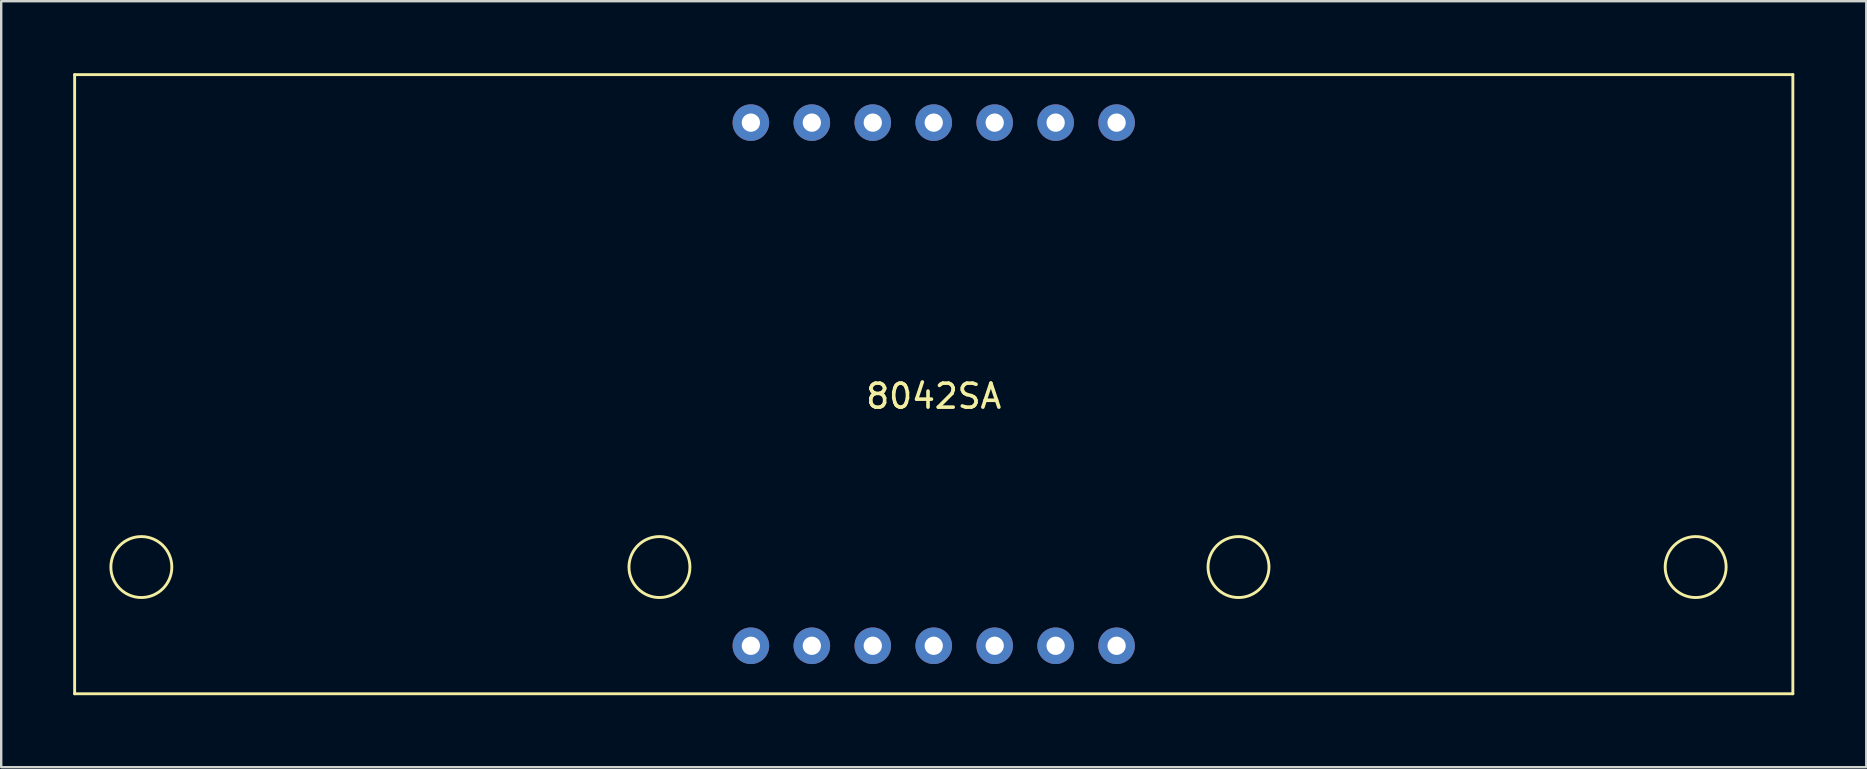
<source format=kicad_pcb>
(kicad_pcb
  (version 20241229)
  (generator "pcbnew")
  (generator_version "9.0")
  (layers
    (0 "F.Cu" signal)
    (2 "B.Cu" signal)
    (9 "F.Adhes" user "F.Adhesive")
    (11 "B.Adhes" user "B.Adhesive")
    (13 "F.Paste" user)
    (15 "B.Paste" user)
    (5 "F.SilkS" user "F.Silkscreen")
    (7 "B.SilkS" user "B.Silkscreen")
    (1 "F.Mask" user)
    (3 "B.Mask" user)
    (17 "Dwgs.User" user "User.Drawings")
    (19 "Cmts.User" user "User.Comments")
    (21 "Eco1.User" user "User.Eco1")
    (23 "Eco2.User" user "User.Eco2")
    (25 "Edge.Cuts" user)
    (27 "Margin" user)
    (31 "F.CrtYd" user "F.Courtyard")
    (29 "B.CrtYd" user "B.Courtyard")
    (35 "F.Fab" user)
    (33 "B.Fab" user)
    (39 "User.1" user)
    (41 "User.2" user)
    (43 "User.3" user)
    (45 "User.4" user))
  (footprint "8042SA"
    (layer "F.Cu")
    (at 35.86 12.96)
    (property "Reference" "8042SA" (at 0 0.5 0) (layer "F.SilkS") (effects (font (size 1 1) (thickness 0.15))))
    (attr through_hole)
    (fp_line (start -35.8 -12.9) (end -35.8 12.9) (stroke (width 0.12) (type solid)) (layer "F.SilkS"))
    (fp_line (start -35.8 12.9) (end 35.8 12.9) (stroke (width 0.12) (type solid)) (layer "F.SilkS"))
    (fp_line (start 35.8 -12.9) (end -35.8 -12.9) (stroke (width 0.12) (type solid)) (layer "F.SilkS"))
    (fp_line (start 35.8 12.9) (end 35.8 -12.9) (stroke (width 0.12) (type solid)) (layer "F.SilkS"))
    (fp_circle (center -33.02 7.62) (end -31.75 7.62) (stroke (width 0.12) (type solid)) (fill no) (layer "F.SilkS"))
    (fp_circle (center -11.43 7.62) (end -10.16 7.62) (stroke (width 0.12) (type solid)) (fill no) (layer "F.SilkS"))
    (fp_circle (center 12.7 7.62) (end 13.97 7.62) (stroke (width 0.12) (type solid)) (fill no) (layer "F.SilkS"))
    (fp_circle (center 31.75 7.62) (end 33.02 7.62) (stroke (width 0.12) (type solid)) (fill no) (layer "F.SilkS"))
    (pad "1" thru_hole circle (at -7.62 10.9) (size 1.524 1.524) (drill 0.762) (layers "*.Cu" "*.Mask"))
    (pad "2" thru_hole circle (at -5.08 10.9) (size 1.524 1.524) (drill 0.762) (layers "*.Cu" "*.Mask"))
    (pad "3" thru_hole circle (at -2.54 10.9) (size 1.524 1.524) (drill 0.762) (layers "*.Cu" "*.Mask"))
    (pad "4" thru_hole circle (at 0 10.9) (size 1.524 1.524) (drill 0.762) (layers "*.Cu" "*.Mask"))
    (pad "5" thru_hole circle (at 2.54 10.9) (size 1.524 1.524) (drill 0.762) (layers "*.Cu" "*.Mask"))
    (pad "6" thru_hole circle (at 5.08 10.9) (size 1.524 1.524) (drill 0.762) (layers "*.Cu" "*.Mask"))
    (pad "7" thru_hole circle (at 7.62 10.9) (size 1.524 1.524) (drill 0.762) (layers "*.Cu" "*.Mask"))
    (pad "8" thru_hole circle (at 7.62 -10.9) (size 1.524 1.524) (drill 0.762) (layers "*.Cu" "*.Mask"))
    (pad "9" thru_hole circle (at 5.08 -10.9) (size 1.524 1.524) (drill 0.762) (layers "*.Cu" "*.Mask"))
    (pad "10" thru_hole circle (at 2.54 -10.9) (size 1.524 1.524) (drill 0.762) (layers "*.Cu" "*.Mask"))
    (pad "11" thru_hole circle (at 0 -10.9) (size 1.524 1.524) (drill 0.762) (layers "*.Cu" "*.Mask"))
    (pad "12" thru_hole circle (at -2.54 -10.9) (size 1.524 1.524) (drill 0.762) (layers "*.Cu" "*.Mask"))
    (pad "13" thru_hole circle (at -5.08 -10.9) (size 1.524 1.524) (drill 0.762) (layers "*.Cu" "*.Mask"))
    (pad "14" thru_hole circle (at -7.62 -10.9) (size 1.524 1.524) (drill 0.762) (layers "*.Cu" "*.Mask")))
  (gr_rect
    (start -3 -3)
    (end 74.72 28.92)
    (stroke (width 0.1) (type default))
    (fill no)
    (layer "Edge.Cuts")))
</source>
